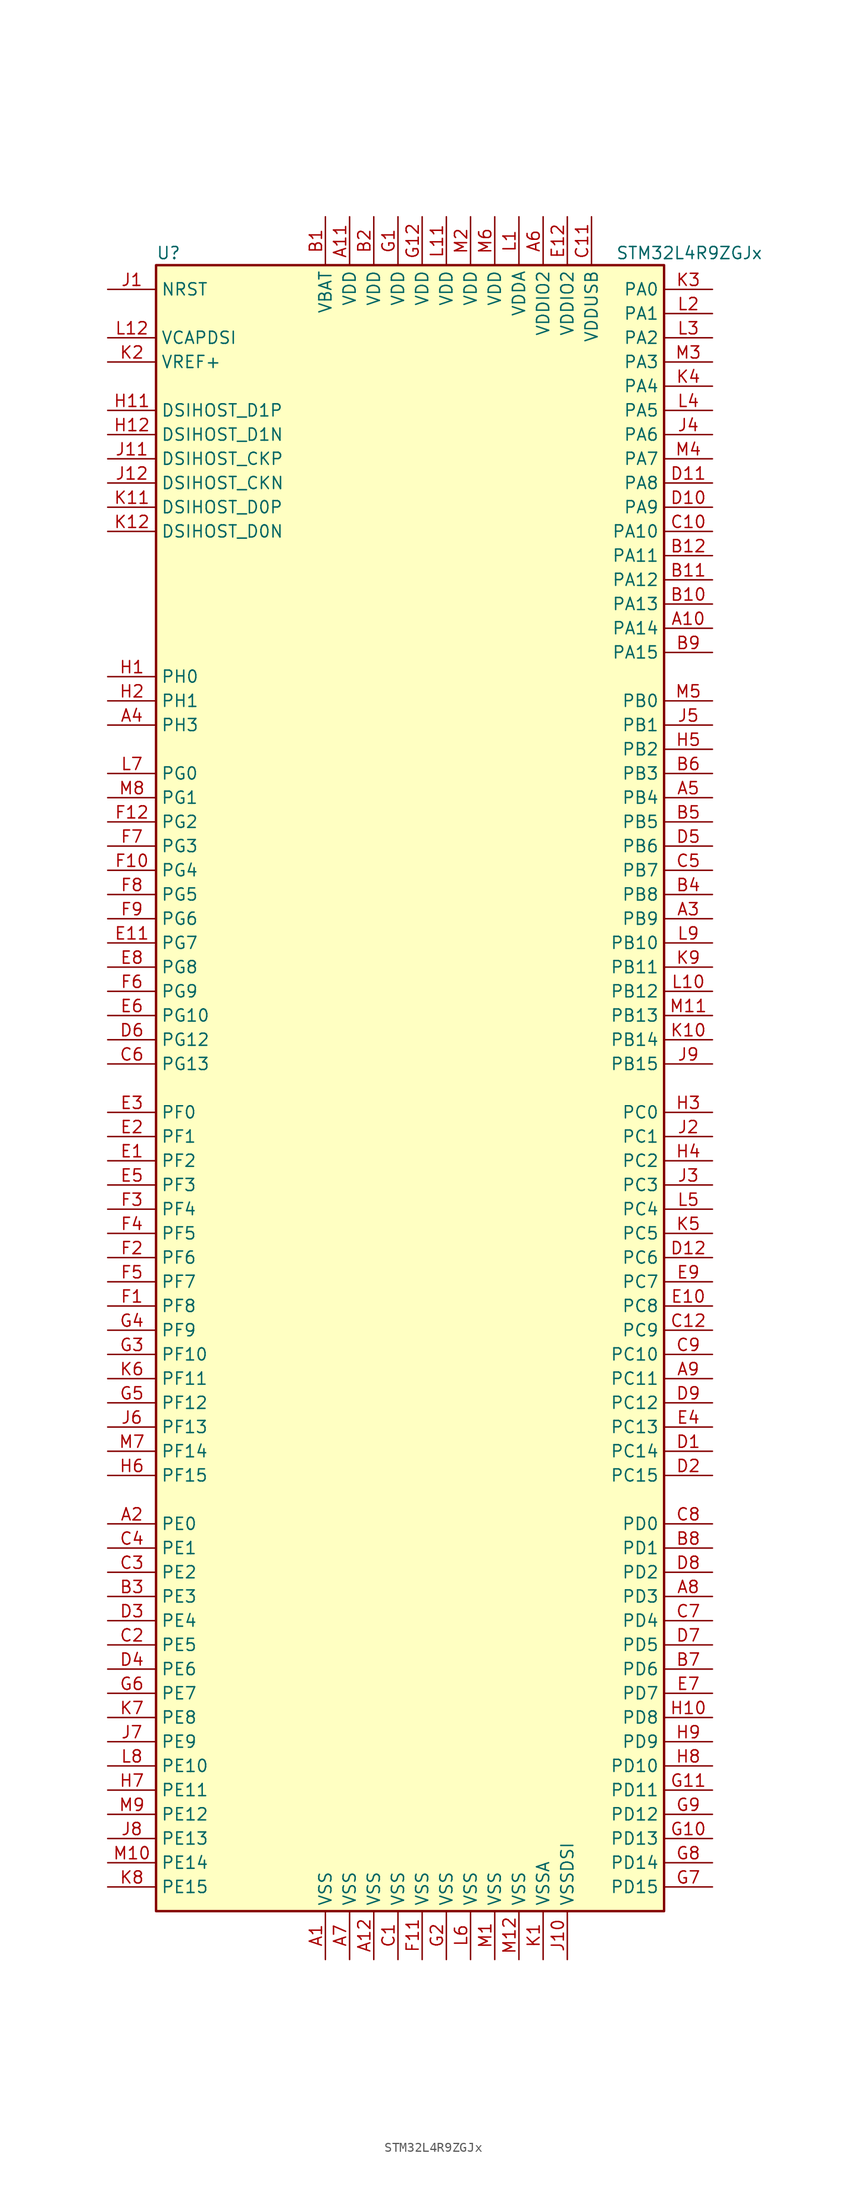
<source format=kicad_sym>
(kicad_symbol_lib
  (version 20211014)
  (generator kicad_symbol_editor)
  (symbol "STM32L4R9ZGJx"
    (property "Reference" "U"
      (at -27.94 87.63 0)
      (effects (font (size 1.27 1.27)) (justify left)))
    (property "Value" "STM32L4R9ZGJx"
      (at 20.32 87.63 0)
      (effects (font (size 1.27 1.27)) (justify left)))
    (symbol "STM32L4R9ZGJx_0_1"
      (rectangle (start -27.94 -86.36) (end 25.4 86.36) (stroke (width 0.254) (type default) (color 0 0 0 0)) (fill (type background))))
    (symbol "STM32L4R9ZGJx_1_1"
      (pin power_in line (at -10.16 -91.44 90) (length 5.08) (name "VSS" (effects (font (size 1.27 1.27)))) (number "A1" (effects (font (size 1.27 1.27)))))
      (pin bidirectional line (at 30.48 48.26 180) (length 5.08) (name "PA14" (effects (font (size 1.27 1.27)))) (number "A10" (effects (font (size 1.27 1.27)))))
      (pin power_in line (at -7.62 91.44 270) (length 5.08) (name "VDD" (effects (font (size 1.27 1.27)))) (number "A11" (effects (font (size 1.27 1.27)))))
      (pin power_in line (at -5.08 -91.44 90) (length 5.08) (name "VSS" (effects (font (size 1.27 1.27)))) (number "A12" (effects (font (size 1.27 1.27)))))
      (pin bidirectional line (at -33.02 -45.72 0) (length 5.08) (name "PE0" (effects (font (size 1.27 1.27)))) (number "A2" (effects (font (size 1.27 1.27)))))
      (pin bidirectional line (at 30.48 17.78 180) (length 5.08) (name "PB9" (effects (font (size 1.27 1.27)))) (number "A3" (effects (font (size 1.27 1.27)))))
      (pin bidirectional line (at -33.02 38.1 0) (length 5.08) (name "PH3" (effects (font (size 1.27 1.27)))) (number "A4" (effects (font (size 1.27 1.27)))))
      (pin bidirectional line (at 30.48 30.48 180) (length 5.08) (name "PB4" (effects (font (size 1.27 1.27)))) (number "A5" (effects (font (size 1.27 1.27)))))
      (pin power_in line (at 12.7 91.44 270) (length 5.08) (name "VDDIO2" (effects (font (size 1.27 1.27)))) (number "A6" (effects (font (size 1.27 1.27)))))
      (pin power_in line (at -7.62 -91.44 90) (length 5.08) (name "VSS" (effects (font (size 1.27 1.27)))) (number "A7" (effects (font (size 1.27 1.27)))))
      (pin bidirectional line (at 30.48 -53.34 180) (length 5.08) (name "PD3" (effects (font (size 1.27 1.27)))) (number "A8" (effects (font (size 1.27 1.27)))))
      (pin bidirectional line (at 30.48 -30.48 180) (length 5.08) (name "PC11" (effects (font (size 1.27 1.27)))) (number "A9" (effects (font (size 1.27 1.27)))))
      (pin power_in line (at -10.16 91.44 270) (length 5.08) (name "VBAT" (effects (font (size 1.27 1.27)))) (number "B1" (effects (font (size 1.27 1.27)))))
      (pin bidirectional line (at 30.48 50.8 180) (length 5.08) (name "PA13" (effects (font (size 1.27 1.27)))) (number "B10" (effects (font (size 1.27 1.27)))))
      (pin bidirectional line (at 30.48 53.34 180) (length 5.08) (name "PA12" (effects (font (size 1.27 1.27)))) (number "B11" (effects (font (size 1.27 1.27)))))
      (pin bidirectional line (at 30.48 55.88 180) (length 5.08) (name "PA11" (effects (font (size 1.27 1.27)))) (number "B12" (effects (font (size 1.27 1.27)))))
      (pin power_in line (at -5.08 91.44 270) (length 5.08) (name "VDD" (effects (font (size 1.27 1.27)))) (number "B2" (effects (font (size 1.27 1.27)))))
      (pin bidirectional line (at -33.02 -53.34 0) (length 5.08) (name "PE3" (effects (font (size 1.27 1.27)))) (number "B3" (effects (font (size 1.27 1.27)))))
      (pin bidirectional line (at 30.48 20.32 180) (length 5.08) (name "PB8" (effects (font (size 1.27 1.27)))) (number "B4" (effects (font (size 1.27 1.27)))))
      (pin bidirectional line (at 30.48 27.94 180) (length 5.08) (name "PB5" (effects (font (size 1.27 1.27)))) (number "B5" (effects (font (size 1.27 1.27)))))
      (pin bidirectional line (at 30.48 33.02 180) (length 5.08) (name "PB3" (effects (font (size 1.27 1.27)))) (number "B6" (effects (font (size 1.27 1.27)))))
      (pin bidirectional line (at 30.48 -60.96 180) (length 5.08) (name "PD6" (effects (font (size 1.27 1.27)))) (number "B7" (effects (font (size 1.27 1.27)))))
      (pin bidirectional line (at 30.48 -48.26 180) (length 5.08) (name "PD1" (effects (font (size 1.27 1.27)))) (number "B8" (effects (font (size 1.27 1.27)))))
      (pin bidirectional line (at 30.48 45.72 180) (length 5.08) (name "PA15" (effects (font (size 1.27 1.27)))) (number "B9" (effects (font (size 1.27 1.27)))))
      (pin power_in line (at -2.54 -91.44 90) (length 5.08) (name "VSS" (effects (font (size 1.27 1.27)))) (number "C1" (effects (font (size 1.27 1.27)))))
      (pin bidirectional line (at 30.48 58.42 180) (length 5.08) (name "PA10" (effects (font (size 1.27 1.27)))) (number "C10" (effects (font (size 1.27 1.27)))))
      (pin power_in line (at 17.78 91.44 270) (length 5.08) (name "VDDUSB" (effects (font (size 1.27 1.27)))) (number "C11" (effects (font (size 1.27 1.27)))))
      (pin bidirectional line (at 30.48 -25.4 180) (length 5.08) (name "PC9" (effects (font (size 1.27 1.27)))) (number "C12" (effects (font (size 1.27 1.27)))))
      (pin bidirectional line (at -33.02 -58.42 0) (length 5.08) (name "PE5" (effects (font (size 1.27 1.27)))) (number "C2" (effects (font (size 1.27 1.27)))))
      (pin bidirectional line (at -33.02 -50.8 0) (length 5.08) (name "PE2" (effects (font (size 1.27 1.27)))) (number "C3" (effects (font (size 1.27 1.27)))))
      (pin bidirectional line (at -33.02 -48.26 0) (length 5.08) (name "PE1" (effects (font (size 1.27 1.27)))) (number "C4" (effects (font (size 1.27 1.27)))))
      (pin bidirectional line (at 30.48 22.86 180) (length 5.08) (name "PB7" (effects (font (size 1.27 1.27)))) (number "C5" (effects (font (size 1.27 1.27)))))
      (pin bidirectional line (at -33.02 2.54 0) (length 5.08) (name "PG13" (effects (font (size 1.27 1.27)))) (number "C6" (effects (font (size 1.27 1.27)))))
      (pin bidirectional line (at 30.48 -55.88 180) (length 5.08) (name "PD4" (effects (font (size 1.27 1.27)))) (number "C7" (effects (font (size 1.27 1.27)))))
      (pin bidirectional line (at 30.48 -45.72 180) (length 5.08) (name "PD0" (effects (font (size 1.27 1.27)))) (number "C8" (effects (font (size 1.27 1.27)))))
      (pin bidirectional line (at 30.48 -27.94 180) (length 5.08) (name "PC10" (effects (font (size 1.27 1.27)))) (number "C9" (effects (font (size 1.27 1.27)))))
      (pin bidirectional line (at 30.48 -38.1 180) (length 5.08) (name "PC14" (effects (font (size 1.27 1.27)))) (number "D1" (effects (font (size 1.27 1.27)))))
      (pin bidirectional line (at 30.48 60.96 180) (length 5.08) (name "PA9" (effects (font (size 1.27 1.27)))) (number "D10" (effects (font (size 1.27 1.27)))))
      (pin bidirectional line (at 30.48 63.5 180) (length 5.08) (name "PA8" (effects (font (size 1.27 1.27)))) (number "D11" (effects (font (size 1.27 1.27)))))
      (pin bidirectional line (at 30.48 -17.78 180) (length 5.08) (name "PC6" (effects (font (size 1.27 1.27)))) (number "D12" (effects (font (size 1.27 1.27)))))
      (pin bidirectional line (at 30.48 -40.64 180) (length 5.08) (name "PC15" (effects (font (size 1.27 1.27)))) (number "D2" (effects (font (size 1.27 1.27)))))
      (pin bidirectional line (at -33.02 -55.88 0) (length 5.08) (name "PE4" (effects (font (size 1.27 1.27)))) (number "D3" (effects (font (size 1.27 1.27)))))
      (pin bidirectional line (at -33.02 -60.96 0) (length 5.08) (name "PE6" (effects (font (size 1.27 1.27)))) (number "D4" (effects (font (size 1.27 1.27)))))
      (pin bidirectional line (at 30.48 25.4 180) (length 5.08) (name "PB6" (effects (font (size 1.27 1.27)))) (number "D5" (effects (font (size 1.27 1.27)))))
      (pin bidirectional line (at -33.02 5.08 0) (length 5.08) (name "PG12" (effects (font (size 1.27 1.27)))) (number "D6" (effects (font (size 1.27 1.27)))))
      (pin bidirectional line (at 30.48 -58.42 180) (length 5.08) (name "PD5" (effects (font (size 1.27 1.27)))) (number "D7" (effects (font (size 1.27 1.27)))))
      (pin bidirectional line (at 30.48 -50.8 180) (length 5.08) (name "PD2" (effects (font (size 1.27 1.27)))) (number "D8" (effects (font (size 1.27 1.27)))))
      (pin bidirectional line (at 30.48 -33.02 180) (length 5.08) (name "PC12" (effects (font (size 1.27 1.27)))) (number "D9" (effects (font (size 1.27 1.27)))))
      (pin bidirectional line (at -33.02 -7.62 0) (length 5.08) (name "PF2" (effects (font (size 1.27 1.27)))) (number "E1" (effects (font (size 1.27 1.27)))))
      (pin bidirectional line (at 30.48 -22.86 180) (length 5.08) (name "PC8" (effects (font (size 1.27 1.27)))) (number "E10" (effects (font (size 1.27 1.27)))))
      (pin bidirectional line (at -33.02 15.24 0) (length 5.08) (name "PG7" (effects (font (size 1.27 1.27)))) (number "E11" (effects (font (size 1.27 1.27)))))
      (pin power_in line (at 15.24 91.44 270) (length 5.08) (name "VDDIO2" (effects (font (size 1.27 1.27)))) (number "E12" (effects (font (size 1.27 1.27)))))
      (pin bidirectional line (at -33.02 -5.08 0) (length 5.08) (name "PF1" (effects (font (size 1.27 1.27)))) (number "E2" (effects (font (size 1.27 1.27)))))
      (pin bidirectional line (at -33.02 -2.54 0) (length 5.08) (name "PF0" (effects (font (size 1.27 1.27)))) (number "E3" (effects (font (size 1.27 1.27)))))
      (pin bidirectional line (at 30.48 -35.56 180) (length 5.08) (name "PC13" (effects (font (size 1.27 1.27)))) (number "E4" (effects (font (size 1.27 1.27)))))
      (pin bidirectional line (at -33.02 -10.16 0) (length 5.08) (name "PF3" (effects (font (size 1.27 1.27)))) (number "E5" (effects (font (size 1.27 1.27)))))
      (pin bidirectional line (at -33.02 7.62 0) (length 5.08) (name "PG10" (effects (font (size 1.27 1.27)))) (number "E6" (effects (font (size 1.27 1.27)))))
      (pin bidirectional line (at 30.48 -63.5 180) (length 5.08) (name "PD7" (effects (font (size 1.27 1.27)))) (number "E7" (effects (font (size 1.27 1.27)))))
      (pin bidirectional line (at -33.02 12.7 0) (length 5.08) (name "PG8" (effects (font (size 1.27 1.27)))) (number "E8" (effects (font (size 1.27 1.27)))))
      (pin bidirectional line (at 30.48 -20.32 180) (length 5.08) (name "PC7" (effects (font (size 1.27 1.27)))) (number "E9" (effects (font (size 1.27 1.27)))))
      (pin bidirectional line (at -33.02 -22.86 0) (length 5.08) (name "PF8" (effects (font (size 1.27 1.27)))) (number "F1" (effects (font (size 1.27 1.27)))))
      (pin bidirectional line (at -33.02 22.86 0) (length 5.08) (name "PG4" (effects (font (size 1.27 1.27)))) (number "F10" (effects (font (size 1.27 1.27)))))
      (pin power_in line (at 0 -91.44 90) (length 5.08) (name "VSS" (effects (font (size 1.27 1.27)))) (number "F11" (effects (font (size 1.27 1.27)))))
      (pin bidirectional line (at -33.02 27.94 0) (length 5.08) (name "PG2" (effects (font (size 1.27 1.27)))) (number "F12" (effects (font (size 1.27 1.27)))))
      (pin bidirectional line (at -33.02 -17.78 0) (length 5.08) (name "PF6" (effects (font (size 1.27 1.27)))) (number "F2" (effects (font (size 1.27 1.27)))))
      (pin bidirectional line (at -33.02 -12.7 0) (length 5.08) (name "PF4" (effects (font (size 1.27 1.27)))) (number "F3" (effects (font (size 1.27 1.27)))))
      (pin bidirectional line (at -33.02 -15.24 0) (length 5.08) (name "PF5" (effects (font (size 1.27 1.27)))) (number "F4" (effects (font (size 1.27 1.27)))))
      (pin bidirectional line (at -33.02 -20.32 0) (length 5.08) (name "PF7" (effects (font (size 1.27 1.27)))) (number "F5" (effects (font (size 1.27 1.27)))))
      (pin bidirectional line (at -33.02 10.16 0) (length 5.08) (name "PG9" (effects (font (size 1.27 1.27)))) (number "F6" (effects (font (size 1.27 1.27)))))
      (pin bidirectional line (at -33.02 25.4 0) (length 5.08) (name "PG3" (effects (font (size 1.27 1.27)))) (number "F7" (effects (font (size 1.27 1.27)))))
      (pin bidirectional line (at -33.02 20.32 0) (length 5.08) (name "PG5" (effects (font (size 1.27 1.27)))) (number "F8" (effects (font (size 1.27 1.27)))))
      (pin bidirectional line (at -33.02 17.78 0) (length 5.08) (name "PG6" (effects (font (size 1.27 1.27)))) (number "F9" (effects (font (size 1.27 1.27)))))
      (pin power_in line (at -2.54 91.44 270) (length 5.08) (name "VDD" (effects (font (size 1.27 1.27)))) (number "G1" (effects (font (size 1.27 1.27)))))
      (pin bidirectional line (at 30.48 -78.74 180) (length 5.08) (name "PD13" (effects (font (size 1.27 1.27)))) (number "G10" (effects (font (size 1.27 1.27)))))
      (pin bidirectional line (at 30.48 -73.66 180) (length 5.08) (name "PD11" (effects (font (size 1.27 1.27)))) (number "G11" (effects (font (size 1.27 1.27)))))
      (pin power_in line (at 0 91.44 270) (length 5.08) (name "VDD" (effects (font (size 1.27 1.27)))) (number "G12" (effects (font (size 1.27 1.27)))))
      (pin power_in line (at 2.54 -91.44 90) (length 5.08) (name "VSS" (effects (font (size 1.27 1.27)))) (number "G2" (effects (font (size 1.27 1.27)))))
      (pin bidirectional line (at -33.02 -27.94 0) (length 5.08) (name "PF10" (effects (font (size 1.27 1.27)))) (number "G3" (effects (font (size 1.27 1.27)))))
      (pin bidirectional line (at -33.02 -25.4 0) (length 5.08) (name "PF9" (effects (font (size 1.27 1.27)))) (number "G4" (effects (font (size 1.27 1.27)))))
      (pin bidirectional line (at -33.02 -33.02 0) (length 5.08) (name "PF12" (effects (font (size 1.27 1.27)))) (number "G5" (effects (font (size 1.27 1.27)))))
      (pin bidirectional line (at -33.02 -63.5 0) (length 5.08) (name "PE7" (effects (font (size 1.27 1.27)))) (number "G6" (effects (font (size 1.27 1.27)))))
      (pin bidirectional line (at 30.48 -83.82 180) (length 5.08) (name "PD15" (effects (font (size 1.27 1.27)))) (number "G7" (effects (font (size 1.27 1.27)))))
      (pin bidirectional line (at 30.48 -81.28 180) (length 5.08) (name "PD14" (effects (font (size 1.27 1.27)))) (number "G8" (effects (font (size 1.27 1.27)))))
      (pin bidirectional line (at 30.48 -76.2 180) (length 5.08) (name "PD12" (effects (font (size 1.27 1.27)))) (number "G9" (effects (font (size 1.27 1.27)))))
      (pin input line (at -33.02 43.18 0) (length 5.08) (name "PH0" (effects (font (size 1.27 1.27)))) (number "H1" (effects (font (size 1.27 1.27)))))
      (pin bidirectional line (at 30.48 -66.04 180) (length 5.08) (name "PD8" (effects (font (size 1.27 1.27)))) (number "H10" (effects (font (size 1.27 1.27)))))
      (pin bidirectional line (at -33.02 71.12 0) (length 5.08) (name "DSIHOST_D1P" (effects (font (size 1.27 1.27)))) (number "H11" (effects (font (size 1.27 1.27)))))
      (pin bidirectional line (at -33.02 68.58 0) (length 5.08) (name "DSIHOST_D1N" (effects (font (size 1.27 1.27)))) (number "H12" (effects (font (size 1.27 1.27)))))
      (pin input line (at -33.02 40.64 0) (length 5.08) (name "PH1" (effects (font (size 1.27 1.27)))) (number "H2" (effects (font (size 1.27 1.27)))))
      (pin bidirectional line (at 30.48 -2.54 180) (length 5.08) (name "PC0" (effects (font (size 1.27 1.27)))) (number "H3" (effects (font (size 1.27 1.27)))))
      (pin bidirectional line (at 30.48 -7.62 180) (length 5.08) (name "PC2" (effects (font (size 1.27 1.27)))) (number "H4" (effects (font (size 1.27 1.27)))))
      (pin bidirectional line (at 30.48 35.56 180) (length 5.08) (name "PB2" (effects (font (size 1.27 1.27)))) (number "H5" (effects (font (size 1.27 1.27)))))
      (pin bidirectional line (at -33.02 -40.64 0) (length 5.08) (name "PF15" (effects (font (size 1.27 1.27)))) (number "H6" (effects (font (size 1.27 1.27)))))
      (pin bidirectional line (at -33.02 -73.66 0) (length 5.08) (name "PE11" (effects (font (size 1.27 1.27)))) (number "H7" (effects (font (size 1.27 1.27)))))
      (pin bidirectional line (at 30.48 -71.12 180) (length 5.08) (name "PD10" (effects (font (size 1.27 1.27)))) (number "H8" (effects (font (size 1.27 1.27)))))
      (pin bidirectional line (at 30.48 -68.58 180) (length 5.08) (name "PD9" (effects (font (size 1.27 1.27)))) (number "H9" (effects (font (size 1.27 1.27)))))
      (pin input line (at -33.02 83.82 0) (length 5.08) (name "NRST" (effects (font (size 1.27 1.27)))) (number "J1" (effects (font (size 1.27 1.27)))))
      (pin power_in line (at 15.24 -91.44 90) (length 5.08) (name "VSSDSI" (effects (font (size 1.27 1.27)))) (number "J10" (effects (font (size 1.27 1.27)))))
      (pin bidirectional line (at -33.02 66.04 0) (length 5.08) (name "DSIHOST_CKP" (effects (font (size 1.27 1.27)))) (number "J11" (effects (font (size 1.27 1.27)))))
      (pin bidirectional line (at -33.02 63.5 0) (length 5.08) (name "DSIHOST_CKN" (effects (font (size 1.27 1.27)))) (number "J12" (effects (font (size 1.27 1.27)))))
      (pin bidirectional line (at 30.48 -5.08 180) (length 5.08) (name "PC1" (effects (font (size 1.27 1.27)))) (number "J2" (effects (font (size 1.27 1.27)))))
      (pin bidirectional line (at 30.48 -10.16 180) (length 5.08) (name "PC3" (effects (font (size 1.27 1.27)))) (number "J3" (effects (font (size 1.27 1.27)))))
      (pin bidirectional line (at 30.48 68.58 180) (length 5.08) (name "PA6" (effects (font (size 1.27 1.27)))) (number "J4" (effects (font (size 1.27 1.27)))))
      (pin bidirectional line (at 30.48 38.1 180) (length 5.08) (name "PB1" (effects (font (size 1.27 1.27)))) (number "J5" (effects (font (size 1.27 1.27)))))
      (pin bidirectional line (at -33.02 -35.56 0) (length 5.08) (name "PF13" (effects (font (size 1.27 1.27)))) (number "J6" (effects (font (size 1.27 1.27)))))
      (pin bidirectional line (at -33.02 -68.58 0) (length 5.08) (name "PE9" (effects (font (size 1.27 1.27)))) (number "J7" (effects (font (size 1.27 1.27)))))
      (pin bidirectional line (at -33.02 -78.74 0) (length 5.08) (name "PE13" (effects (font (size 1.27 1.27)))) (number "J8" (effects (font (size 1.27 1.27)))))
      (pin bidirectional line (at 30.48 2.54 180) (length 5.08) (name "PB15" (effects (font (size 1.27 1.27)))) (number "J9" (effects (font (size 1.27 1.27)))))
      (pin power_in line (at 12.7 -91.44 90) (length 5.08) (name "VSSA" (effects (font (size 1.27 1.27)))) (number "K1" (effects (font (size 1.27 1.27)))))
      (pin bidirectional line (at 30.48 5.08 180) (length 5.08) (name "PB14" (effects (font (size 1.27 1.27)))) (number "K10" (effects (font (size 1.27 1.27)))))
      (pin bidirectional line (at -33.02 60.96 0) (length 5.08) (name "DSIHOST_D0P" (effects (font (size 1.27 1.27)))) (number "K11" (effects (font (size 1.27 1.27)))))
      (pin bidirectional line (at -33.02 58.42 0) (length 5.08) (name "DSIHOST_D0N" (effects (font (size 1.27 1.27)))) (number "K12" (effects (font (size 1.27 1.27)))))
      (pin bidirectional line (at -33.02 76.2 0) (length 5.08) (name "VREF+" (effects (font (size 1.27 1.27)))) (number "K2" (effects (font (size 1.27 1.27)))))
      (pin bidirectional line (at 30.48 83.82 180) (length 5.08) (name "PA0" (effects (font (size 1.27 1.27)))) (number "K3" (effects (font (size 1.27 1.27)))))
      (pin bidirectional line (at 30.48 73.66 180) (length 5.08) (name "PA4" (effects (font (size 1.27 1.27)))) (number "K4" (effects (font (size 1.27 1.27)))))
      (pin bidirectional line (at 30.48 -15.24 180) (length 5.08) (name "PC5" (effects (font (size 1.27 1.27)))) (number "K5" (effects (font (size 1.27 1.27)))))
      (pin bidirectional line (at -33.02 -30.48 0) (length 5.08) (name "PF11" (effects (font (size 1.27 1.27)))) (number "K6" (effects (font (size 1.27 1.27)))))
      (pin bidirectional line (at -33.02 -66.04 0) (length 5.08) (name "PE8" (effects (font (size 1.27 1.27)))) (number "K7" (effects (font (size 1.27 1.27)))))
      (pin bidirectional line (at -33.02 -83.82 0) (length 5.08) (name "PE15" (effects (font (size 1.27 1.27)))) (number "K8" (effects (font (size 1.27 1.27)))))
      (pin bidirectional line (at 30.48 12.7 180) (length 5.08) (name "PB11" (effects (font (size 1.27 1.27)))) (number "K9" (effects (font (size 1.27 1.27)))))
      (pin power_in line (at 10.16 91.44 270) (length 5.08) (name "VDDA" (effects (font (size 1.27 1.27)))) (number "L1" (effects (font (size 1.27 1.27)))))
      (pin bidirectional line (at 30.48 10.16 180) (length 5.08) (name "PB12" (effects (font (size 1.27 1.27)))) (number "L10" (effects (font (size 1.27 1.27)))))
      (pin power_in line (at 2.54 91.44 270) (length 5.08) (name "VDD" (effects (font (size 1.27 1.27)))) (number "L11" (effects (font (size 1.27 1.27)))))
      (pin power_in line (at -33.02 78.74 0) (length 5.08) (name "VCAPDSI" (effects (font (size 1.27 1.27)))) (number "L12" (effects (font (size 1.27 1.27)))))
      (pin bidirectional line (at 30.48 81.28 180) (length 5.08) (name "PA1" (effects (font (size 1.27 1.27)))) (number "L2" (effects (font (size 1.27 1.27)))))
      (pin bidirectional line (at 30.48 78.74 180) (length 5.08) (name "PA2" (effects (font (size 1.27 1.27)))) (number "L3" (effects (font (size 1.27 1.27)))))
      (pin bidirectional line (at 30.48 71.12 180) (length 5.08) (name "PA5" (effects (font (size 1.27 1.27)))) (number "L4" (effects (font (size 1.27 1.27)))))
      (pin bidirectional line (at 30.48 -12.7 180) (length 5.08) (name "PC4" (effects (font (size 1.27 1.27)))) (number "L5" (effects (font (size 1.27 1.27)))))
      (pin power_in line (at 5.08 -91.44 90) (length 5.08) (name "VSS" (effects (font (size 1.27 1.27)))) (number "L6" (effects (font (size 1.27 1.27)))))
      (pin bidirectional line (at -33.02 33.02 0) (length 5.08) (name "PG0" (effects (font (size 1.27 1.27)))) (number "L7" (effects (font (size 1.27 1.27)))))
      (pin bidirectional line (at -33.02 -71.12 0) (length 5.08) (name "PE10" (effects (font (size 1.27 1.27)))) (number "L8" (effects (font (size 1.27 1.27)))))
      (pin bidirectional line (at 30.48 15.24 180) (length 5.08) (name "PB10" (effects (font (size 1.27 1.27)))) (number "L9" (effects (font (size 1.27 1.27)))))
      (pin power_in line (at 7.62 -91.44 90) (length 5.08) (name "VSS" (effects (font (size 1.27 1.27)))) (number "M1" (effects (font (size 1.27 1.27)))))
      (pin bidirectional line (at -33.02 -81.28 0) (length 5.08) (name "PE14" (effects (font (size 1.27 1.27)))) (number "M10" (effects (font (size 1.27 1.27)))))
      (pin bidirectional line (at 30.48 7.62 180) (length 5.08) (name "PB13" (effects (font (size 1.27 1.27)))) (number "M11" (effects (font (size 1.27 1.27)))))
      (pin power_in line (at 10.16 -91.44 90) (length 5.08) (name "VSS" (effects (font (size 1.27 1.27)))) (number "M12" (effects (font (size 1.27 1.27)))))
      (pin power_in line (at 5.08 91.44 270) (length 5.08) (name "VDD" (effects (font (size 1.27 1.27)))) (number "M2" (effects (font (size 1.27 1.27)))))
      (pin bidirectional line (at 30.48 76.2 180) (length 5.08) (name "PA3" (effects (font (size 1.27 1.27)))) (number "M3" (effects (font (size 1.27 1.27)))))
      (pin bidirectional line (at 30.48 66.04 180) (length 5.08) (name "PA7" (effects (font (size 1.27 1.27)))) (number "M4" (effects (font (size 1.27 1.27)))))
      (pin bidirectional line (at 30.48 40.64 180) (length 5.08) (name "PB0" (effects (font (size 1.27 1.27)))) (number "M5" (effects (font (size 1.27 1.27)))))
      (pin power_in line (at 7.62 91.44 270) (length 5.08) (name "VDD" (effects (font (size 1.27 1.27)))) (number "M6" (effects (font (size 1.27 1.27)))))
      (pin bidirectional line (at -33.02 -38.1 0) (length 5.08) (name "PF14" (effects (font (size 1.27 1.27)))) (number "M7" (effects (font (size 1.27 1.27)))))
      (pin bidirectional line (at -33.02 30.48 0) (length 5.08) (name "PG1" (effects (font (size 1.27 1.27)))) (number "M8" (effects (font (size 1.27 1.27)))))
      (pin bidirectional line (at -33.02 -76.2 0) (length 5.08) (name "PE12" (effects (font (size 1.27 1.27)))) (number "M9" (effects (font (size 1.27 1.27))))))))
</source>
